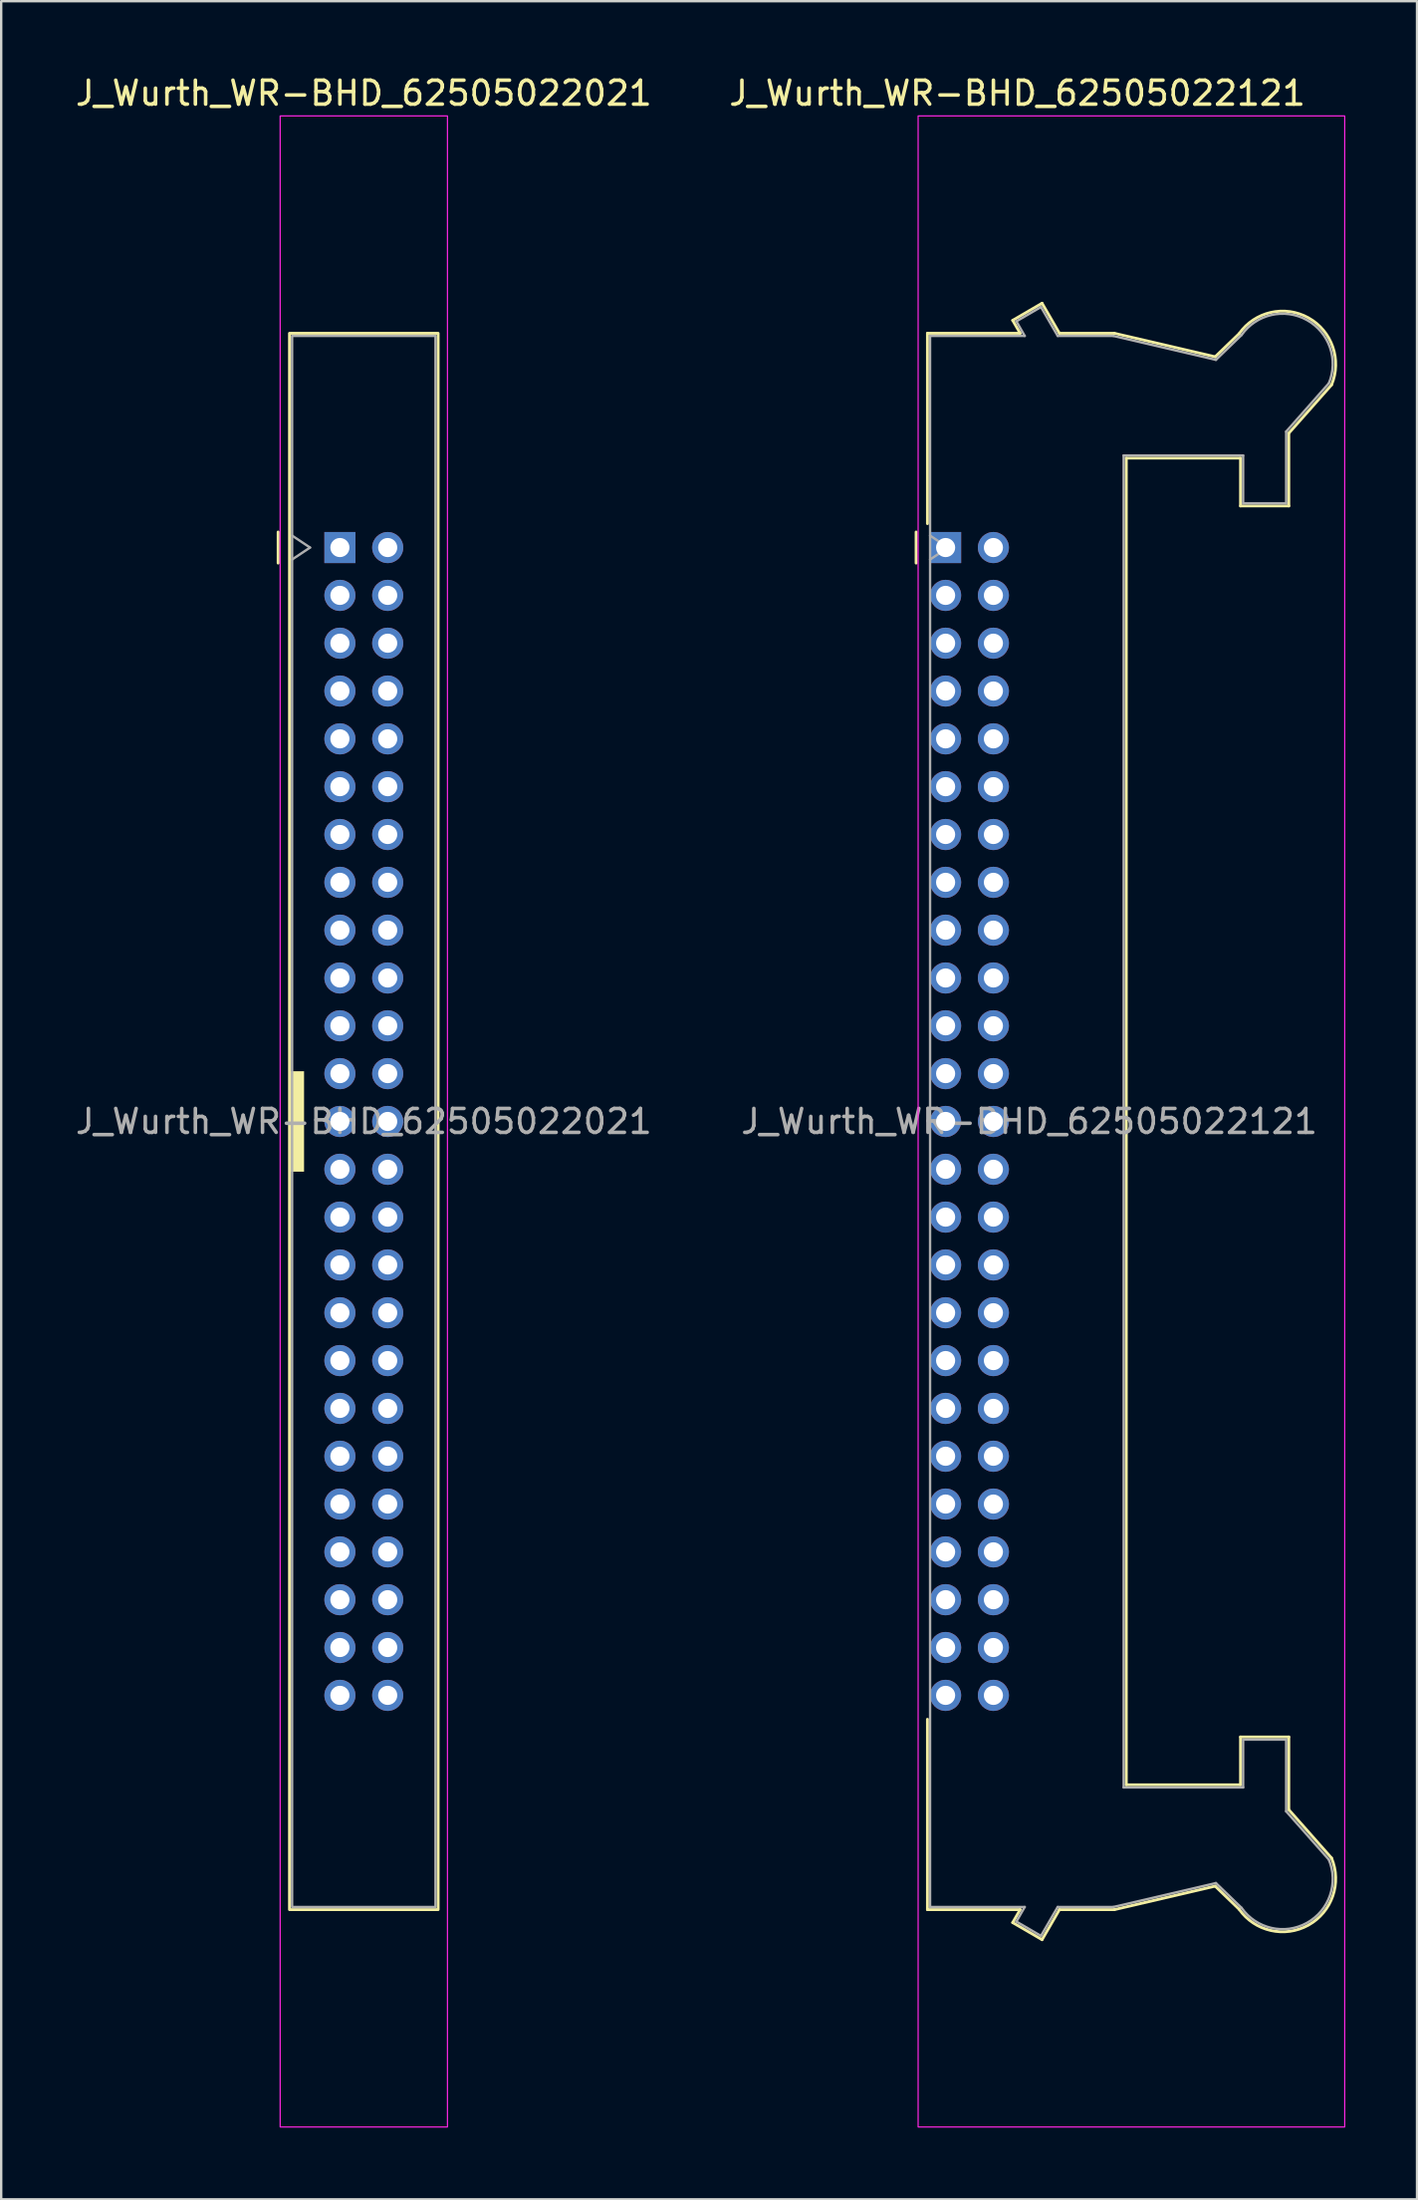
<source format=kicad_pcb>
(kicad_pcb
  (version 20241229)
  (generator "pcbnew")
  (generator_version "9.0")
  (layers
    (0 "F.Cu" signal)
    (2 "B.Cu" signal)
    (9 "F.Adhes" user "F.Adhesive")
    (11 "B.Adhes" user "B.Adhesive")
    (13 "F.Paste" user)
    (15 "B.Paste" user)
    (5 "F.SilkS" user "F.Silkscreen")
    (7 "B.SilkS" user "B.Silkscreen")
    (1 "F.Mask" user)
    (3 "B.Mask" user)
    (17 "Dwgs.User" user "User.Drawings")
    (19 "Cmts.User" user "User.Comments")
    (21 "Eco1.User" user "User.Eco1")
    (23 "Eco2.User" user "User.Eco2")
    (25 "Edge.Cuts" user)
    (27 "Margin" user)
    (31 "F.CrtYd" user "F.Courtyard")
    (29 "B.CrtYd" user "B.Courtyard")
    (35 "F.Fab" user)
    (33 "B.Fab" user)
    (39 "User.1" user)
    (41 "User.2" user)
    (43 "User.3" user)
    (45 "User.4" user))
  (footprint "J_Wurth_WR-BHD_62505022021"
    (layer "F.Cu")
    (at 11.173 19.848)
    (property "Reference" "J_Wurth_WR-BHD_62505022021" (at 1 -19 0) (unlocked yes) (layer "F.SilkS") (effects (font (size 1 1) (thickness 0.15))))
    (attr through_hole)
    (fp_line (start -2.585 -0.65) (end -2.585 0.65) (stroke (width 0.12) (type solid)) (layer "F.SilkS"))
    (fp_rect (start -2.11 -8.96) (end 4.11 56.96) (stroke (width 0.12) (type solid)) (fill no) (layer "F.SilkS"))
    (fp_rect (start -2.05 21.9) (end -1.5 26.1) (stroke (width 0) (type default)) (fill yes) (layer "F.SilkS"))
    (fp_rect (start -2.5 -18.05) (end 4.5 66.05) (stroke (width 0.05) (type solid)) (fill no) (layer "F.CrtYd"))
    (fp_line (start -1.25 0) (end -2 -0.5) (stroke (width 0.1) (type solid)) (layer "F.Fab"))
    (fp_line (start -1.25 0) (end -2 0.5) (stroke (width 0.1) (type solid)) (layer "F.Fab"))
    (fp_rect (start -2 -8.85) (end 4 56.85) (stroke (width 0.1) (type solid)) (fill no) (layer "F.Fab"))
    (fp_text user "${REFERENCE}" (at 1 24 0) (unlocked yes) (layer "F.Fab") (effects (font (size 1 1) (thickness 0.15))))
    (pad "1" thru_hole rect (at 0 0 270) (size 1.3 1.3) (drill 0.8) (layers "*.Cu" "*.Mask"))
    (pad "2" thru_hole circle (at 2 0 270) (size 1.3 1.3) (drill 0.8) (layers "*.Cu" "*.Mask"))
    (pad "3" thru_hole circle (at 0 2 270) (size 1.3 1.3) (drill 0.8) (layers "*.Cu" "*.Mask"))
    (pad "4" thru_hole circle (at 2 2 270) (size 1.3 1.3) (drill 0.8) (layers "*.Cu" "*.Mask"))
    (pad "5" thru_hole circle (at 0 4 270) (size 1.3 1.3) (drill 0.8) (layers "*.Cu" "*.Mask"))
    (pad "6" thru_hole circle (at 2 4 270) (size 1.3 1.3) (drill 0.8) (layers "*.Cu" "*.Mask"))
    (pad "7" thru_hole circle (at 0 6 270) (size 1.3 1.3) (drill 0.8) (layers "*.Cu" "*.Mask"))
    (pad "8" thru_hole circle (at 2 6 270) (size 1.3 1.3) (drill 0.8) (layers "*.Cu" "*.Mask"))
    (pad "9" thru_hole circle (at 0 8 270) (size 1.3 1.3) (drill 0.8) (layers "*.Cu" "*.Mask"))
    (pad "10" thru_hole circle (at 2 8 270) (size 1.3 1.3) (drill 0.8) (layers "*.Cu" "*.Mask"))
    (pad "11" thru_hole circle (at 0 10 270) (size 1.3 1.3) (drill 0.8) (layers "*.Cu" "*.Mask"))
    (pad "12" thru_hole circle (at 2 10 270) (size 1.3 1.3) (drill 0.8) (layers "*.Cu" "*.Mask"))
    (pad "13" thru_hole circle (at 0 12 270) (size 1.3 1.3) (drill 0.8) (layers "*.Cu" "*.Mask"))
    (pad "14" thru_hole circle (at 2 12 270) (size 1.3 1.3) (drill 0.8) (layers "*.Cu" "*.Mask"))
    (pad "15" thru_hole circle (at 0 14 270) (size 1.3 1.3) (drill 0.8) (layers "*.Cu" "*.Mask"))
    (pad "16" thru_hole circle (at 2 14 270) (size 1.3 1.3) (drill 0.8) (layers "*.Cu" "*.Mask"))
    (pad "17" thru_hole circle (at 0 16 270) (size 1.3 1.3) (drill 0.8) (layers "*.Cu" "*.Mask"))
    (pad "18" thru_hole circle (at 2 16 270) (size 1.3 1.3) (drill 0.8) (layers "*.Cu" "*.Mask"))
    (pad "19" thru_hole circle (at 0 18 270) (size 1.3 1.3) (drill 0.8) (layers "*.Cu" "*.Mask"))
    (pad "20" thru_hole circle (at 2 18 270) (size 1.3 1.3) (drill 0.8) (layers "*.Cu" "*.Mask"))
    (pad "21" thru_hole circle (at 0 20 270) (size 1.3 1.3) (drill 0.8) (layers "*.Cu" "*.Mask"))
    (pad "22" thru_hole circle (at 2 20 270) (size 1.3 1.3) (drill 0.8) (layers "*.Cu" "*.Mask"))
    (pad "23" thru_hole circle (at 0 22 270) (size 1.3 1.3) (drill 0.8) (layers "*.Cu" "*.Mask"))
    (pad "24" thru_hole circle (at 2 22 270) (size 1.3 1.3) (drill 0.8) (layers "*.Cu" "*.Mask"))
    (pad "25" thru_hole circle (at 0 24 270) (size 1.3 1.3) (drill 0.8) (layers "*.Cu" "*.Mask"))
    (pad "26" thru_hole circle (at 2 24 270) (size 1.3 1.3) (drill 0.8) (layers "*.Cu" "*.Mask"))
    (pad "27" thru_hole circle (at 0 26 270) (size 1.3 1.3) (drill 0.8) (layers "*.Cu" "*.Mask"))
    (pad "28" thru_hole circle (at 2 26 270) (size 1.3 1.3) (drill 0.8) (layers "*.Cu" "*.Mask"))
    (pad "29" thru_hole circle (at 0 28 270) (size 1.3 1.3) (drill 0.8) (layers "*.Cu" "*.Mask"))
    (pad "30" thru_hole circle (at 2 28 270) (size 1.3 1.3) (drill 0.8) (layers "*.Cu" "*.Mask"))
    (pad "31" thru_hole circle (at 0 30 270) (size 1.3 1.3) (drill 0.8) (layers "*.Cu" "*.Mask"))
    (pad "32" thru_hole circle (at 2 30 270) (size 1.3 1.3) (drill 0.8) (layers "*.Cu" "*.Mask"))
    (pad "33" thru_hole circle (at 0 32 270) (size 1.3 1.3) (drill 0.8) (layers "*.Cu" "*.Mask"))
    (pad "34" thru_hole circle (at 2 32 270) (size 1.3 1.3) (drill 0.8) (layers "*.Cu" "*.Mask"))
    (pad "35" thru_hole circle (at 0 34 270) (size 1.3 1.3) (drill 0.8) (layers "*.Cu" "*.Mask"))
    (pad "36" thru_hole circle (at 2 34 270) (size 1.3 1.3) (drill 0.8) (layers "*.Cu" "*.Mask"))
    (pad "37" thru_hole circle (at 0 36 270) (size 1.3 1.3) (drill 0.8) (layers "*.Cu" "*.Mask"))
    (pad "38" thru_hole circle (at 2 36 270) (size 1.3 1.3) (drill 0.8) (layers "*.Cu" "*.Mask"))
    (pad "39" thru_hole circle (at 0 38 270) (size 1.3 1.3) (drill 0.8) (layers "*.Cu" "*.Mask"))
    (pad "40" thru_hole circle (at 2 38 270) (size 1.3 1.3) (drill 0.8) (layers "*.Cu" "*.Mask"))
    (pad "41" thru_hole circle (at 0 40 270) (size 1.3 1.3) (drill 0.8) (layers "*.Cu" "*.Mask"))
    (pad "42" thru_hole circle (at 2 40 270) (size 1.3 1.3) (drill 0.8) (layers "*.Cu" "*.Mask"))
    (pad "43" thru_hole circle (at 0 42 270) (size 1.3 1.3) (drill 0.8) (layers "*.Cu" "*.Mask"))
    (pad "44" thru_hole circle (at 2 42 270) (size 1.3 1.3) (drill 0.8) (layers "*.Cu" "*.Mask"))
    (pad "45" thru_hole circle (at 0 44 270) (size 1.3 1.3) (drill 0.8) (layers "*.Cu" "*.Mask"))
    (pad "46" thru_hole circle (at 2 44 270) (size 1.3 1.3) (drill 0.8) (layers "*.Cu" "*.Mask"))
    (pad "47" thru_hole circle (at 0 46 270) (size 1.3 1.3) (drill 0.8) (layers "*.Cu" "*.Mask"))
    (pad "48" thru_hole circle (at 2 46 270) (size 1.3 1.3) (drill 0.8) (layers "*.Cu" "*.Mask"))
    (pad "49" thru_hole circle (at 0 48 270) (size 1.3 1.3) (drill 0.8) (layers "*.Cu" "*.Mask"))
    (pad "50" thru_hole circle (at 2 48 270) (size 1.3 1.3) (drill 0.8) (layers "*.Cu" "*.Mask")))
  (footprint "J_Wurth_WR-BHD_62505022121"
    (layer "F.Cu")
    (at 36.518 19.848)
    (property "Reference" "J_Wurth_WR-BHD_62505022121" (at 3 -19 0) (unlocked yes) (layer "F.SilkS") (effects (font (size 1 1) (thickness 0.15))))
    (attr through_hole)
    (fp_line (start -1.235 -0.65) (end -1.235 0.65) (stroke (width 0.12) (type solid)) (layer "F.SilkS"))
    (fp_line (start -0.76 -8.96) (end 3.12 -8.96) (stroke (width 0.12) (type solid)) (layer "F.SilkS"))
    (fp_line (start -0.76 -1) (end -0.76 -8.96) (stroke (width 0.12) (type solid)) (layer "F.SilkS"))
    (fp_line (start -0.76 56.96) (end -0.76 49) (stroke (width 0.12) (type solid)) (layer "F.SilkS"))
    (fp_line (start -0.76 56.96) (end 3.12 56.96) (stroke (width 0.12) (type solid)) (layer "F.SilkS"))
    (fp_line (start 2.808 -9.502) (end 4.035 -10.216) (stroke (width 0.12) (type solid)) (layer "F.SilkS"))
    (fp_line (start 2.808 57.502) (end 4.035 58.216) (stroke (width 0.12) (type solid)) (layer "F.SilkS"))
    (fp_line (start 3.12 -8.96) (end 2.808 -9.502) (stroke (width 0.12) (type solid)) (layer "F.SilkS"))
    (fp_line (start 3.12 56.96) (end 2.808 57.502) (stroke (width 0.12) (type solid)) (layer "F.SilkS"))
    (fp_line (start 4.035 -10.216) (end 4.762 -8.96) (stroke (width 0.12) (type solid)) (layer "F.SilkS"))
    (fp_line (start 4.035 58.216) (end 4.762 56.96) (stroke (width 0.12) (type solid)) (layer "F.SilkS"))
    (fp_line (start 4.762 -8.96) (end 7.062 -8.96) (stroke (width 0.12) (type solid)) (layer "F.SilkS"))
    (fp_line (start 4.762 56.96) (end 7.062 56.96) (stroke (width 0.12) (type solid)) (layer "F.SilkS"))
    (fp_line (start 7.062 -8.96) (end 11.279 -7.977) (stroke (width 0.12) (type solid)) (layer "F.SilkS"))
    (fp_line (start 7.062 56.96) (end 11.279 55.977) (stroke (width 0.12) (type solid)) (layer "F.SilkS"))
    (fp_line (start 7.56 51.74) (end 7.56 -3.74) (stroke (width 0.12) (type solid)) (layer "F.SilkS"))
    (fp_line (start 11.279 -7.977) (end 12.285 -8.947) (stroke (width 0.12) (type solid)) (layer "F.SilkS"))
    (fp_line (start 11.279 55.977) (end 12.285 56.947) (stroke (width 0.12) (type solid)) (layer "F.SilkS"))
    (fp_line (start 12.34 -3.74) (end 7.56 -3.74) (stroke (width 0.12) (type solid)) (layer "F.SilkS"))
    (fp_line (start 12.34 -1.74) (end 12.34 -3.74) (stroke (width 0.12) (type solid)) (layer "F.SilkS"))
    (fp_line (start 12.34 49.74) (end 12.34 51.74) (stroke (width 0.12) (type solid)) (layer "F.SilkS"))
    (fp_line (start 12.34 51.74) (end 7.56 51.74) (stroke (width 0.12) (type solid)) (layer "F.SilkS"))
    (fp_line (start 14.36 -4.782) (end 14.36 -1.74) (stroke (width 0.12) (type solid)) (layer "F.SilkS"))
    (fp_line (start 14.36 -1.74) (end 12.34 -1.74) (stroke (width 0.12) (type solid)) (layer "F.SilkS"))
    (fp_line (start 14.36 49.74) (end 12.34 49.74) (stroke (width 0.12) (type solid)) (layer "F.SilkS"))
    (fp_line (start 14.36 52.782) (end 14.36 49.74) (stroke (width 0.12) (type solid)) (layer "F.SilkS"))
    (fp_line (start 16.148 -6.803) (end 14.362 -4.785) (stroke (width 0.12) (type solid)) (layer "F.SilkS"))
    (fp_line (start 16.148 54.803) (end 14.362 52.785) (stroke (width 0.12) (type solid)) (layer "F.SilkS"))
    (fp_arc (start 12.284536 -8.946538) (mid 15.178015 -9.608271) (end 16.148123 -6.803098) (stroke (width 0.12) (type solid)) (layer "F.SilkS"))
    (fp_arc (start 16.148123 54.803098) (mid 15.178016 57.608273) (end 12.284536 56.946538) (stroke (width 0.12) (type solid)) (layer "F.SilkS"))
    (fp_rect (start -1.15 -18.05) (end 16.7 66.05) (stroke (width 0.05) (type solid)) (fill no) (layer "F.CrtYd"))
    (fp_line (start -0.65 -8.85) (end 3.311 -8.85) (stroke (width 0.1) (type solid)) (layer "F.Fab"))
    (fp_line (start -0.65 56.85) (end -0.65 -8.85) (stroke (width 0.1) (type solid)) (layer "F.Fab"))
    (fp_line (start -0.65 56.85) (end 3.311 56.85) (stroke (width 0.1) (type solid)) (layer "F.Fab"))
    (fp_line (start 0.1 0) (end -0.65 -0.5) (stroke (width 0.1) (type solid)) (layer "F.Fab"))
    (fp_line (start 0.1 0) (end -0.65 0.5) (stroke (width 0.1) (type solid)) (layer "F.Fab"))
    (fp_line (start 2.96 -9.46) (end 3.99 -10.06) (stroke (width 0.1) (type solid)) (layer "F.Fab"))
    (fp_line (start 2.96 57.46) (end 3.99 58.06) (stroke (width 0.1) (type solid)) (layer "F.Fab"))
    (fp_line (start 3.311 -8.85) (end 2.96 -9.46) (stroke (width 0.1) (type solid)) (layer "F.Fab"))
    (fp_line (start 3.311 56.85) (end 2.96 57.46) (stroke (width 0.1) (type solid)) (layer "F.Fab"))
    (fp_line (start 3.99 -10.06) (end 4.69 -8.85) (stroke (width 0.1) (type solid)) (layer "F.Fab"))
    (fp_line (start 3.99 58.06) (end 4.69 56.85) (stroke (width 0.1) (type solid)) (layer "F.Fab"))
    (fp_line (start 4.69 -8.85) (end 7.02 -8.85) (stroke (width 0.1) (type solid)) (layer "F.Fab"))
    (fp_line (start 4.69 56.85) (end 7.02 56.85) (stroke (width 0.1) (type solid)) (layer "F.Fab"))
    (fp_line (start 7.02 -8.85) (end 11.31 -7.85) (stroke (width 0.1) (type solid)) (layer "F.Fab"))
    (fp_line (start 7.02 56.85) (end 11.31 55.85) (stroke (width 0.1) (type solid)) (layer "F.Fab"))
    (fp_line (start 7.45 51.85) (end 7.45 -3.85) (stroke (width 0.1) (type solid)) (layer "F.Fab"))
    (fp_line (start 11.31 -7.85) (end 12.386 -8.89) (stroke (width 0.1) (type solid)) (layer "F.Fab"))
    (fp_line (start 11.31 55.85) (end 12.387 56.89) (stroke (width 0.1) (type solid)) (layer "F.Fab"))
    (fp_line (start 12.45 -3.85) (end 7.45 -3.85) (stroke (width 0.1) (type solid)) (layer "F.Fab"))
    (fp_line (start 12.45 -1.85) (end 12.45 -3.85) (stroke (width 0.1) (type solid)) (layer "F.Fab"))
    (fp_line (start 12.45 49.85) (end 12.45 51.85) (stroke (width 0.1) (type solid)) (layer "F.Fab"))
    (fp_line (start 12.45 51.85) (end 7.45 51.85) (stroke (width 0.1) (type solid)) (layer "F.Fab"))
    (fp_line (start 14.25 -4.85) (end 14.25 -1.85) (stroke (width 0.1) (type solid)) (layer "F.Fab"))
    (fp_line (start 14.25 -1.85) (end 12.45 -1.85) (stroke (width 0.1) (type solid)) (layer "F.Fab"))
    (fp_line (start 14.25 49.85) (end 12.45 49.85) (stroke (width 0.1) (type solid)) (layer "F.Fab"))
    (fp_line (start 14.25 52.85) (end 14.25 49.85) (stroke (width 0.1) (type solid)) (layer "F.Fab"))
    (fp_line (start 16.034 54.866) (end 14.25 52.85) (stroke (width 0.1) (type solid)) (layer "F.Fab"))
    (fp_line (start 16.034 -6.866) (end 14.25 -4.85) (stroke (width 0.1) (type solid)) (layer "F.Fab"))
    (fp_arc (start 12.385693 -8.89) (mid 15.117944 -9.514867) (end 16.033999 -6.866) (stroke (width 0.1) (type solid)) (layer "F.Fab"))
    (fp_arc (start 16.033999 54.866) (mid 15.117944 57.514867) (end 12.385693 56.89) (stroke (width 0.1) (type solid)) (layer "F.Fab"))
    (fp_text user "${REFERENCE}" (at 3.5 24 0) (unlocked yes) (layer "F.Fab") (effects (font (size 1 1) (thickness 0.15))))
    (pad "1" thru_hole rect (at 0 0 270) (size 1.3 1.3) (drill 0.8) (layers "*.Cu" "*.Mask"))
    (pad "2" thru_hole circle (at 2 0 270) (size 1.3 1.3) (drill 0.8) (layers "*.Cu" "*.Mask"))
    (pad "3" thru_hole circle (at 0 2 270) (size 1.3 1.3) (drill 0.8) (layers "*.Cu" "*.Mask"))
    (pad "4" thru_hole circle (at 2 2 270) (size 1.3 1.3) (drill 0.8) (layers "*.Cu" "*.Mask"))
    (pad "5" thru_hole circle (at 0 4 270) (size 1.3 1.3) (drill 0.8) (layers "*.Cu" "*.Mask"))
    (pad "6" thru_hole circle (at 2 4 270) (size 1.3 1.3) (drill 0.8) (layers "*.Cu" "*.Mask"))
    (pad "7" thru_hole circle (at 0 6 270) (size 1.3 1.3) (drill 0.8) (layers "*.Cu" "*.Mask"))
    (pad "8" thru_hole circle (at 2 6 270) (size 1.3 1.3) (drill 0.8) (layers "*.Cu" "*.Mask"))
    (pad "9" thru_hole circle (at 0 8 270) (size 1.3 1.3) (drill 0.8) (layers "*.Cu" "*.Mask"))
    (pad "10" thru_hole circle (at 2 8 270) (size 1.3 1.3) (drill 0.8) (layers "*.Cu" "*.Mask"))
    (pad "11" thru_hole circle (at 0 10 270) (size 1.3 1.3) (drill 0.8) (layers "*.Cu" "*.Mask"))
    (pad "12" thru_hole circle (at 2 10 270) (size 1.3 1.3) (drill 0.8) (layers "*.Cu" "*.Mask"))
    (pad "13" thru_hole circle (at 0 12 270) (size 1.3 1.3) (drill 0.8) (layers "*.Cu" "*.Mask"))
    (pad "14" thru_hole circle (at 2 12 270) (size 1.3 1.3) (drill 0.8) (layers "*.Cu" "*.Mask"))
    (pad "15" thru_hole circle (at 0 14 270) (size 1.3 1.3) (drill 0.8) (layers "*.Cu" "*.Mask"))
    (pad "16" thru_hole circle (at 2 14 270) (size 1.3 1.3) (drill 0.8) (layers "*.Cu" "*.Mask"))
    (pad "17" thru_hole circle (at 0 16 270) (size 1.3 1.3) (drill 0.8) (layers "*.Cu" "*.Mask"))
    (pad "18" thru_hole circle (at 2 16 270) (size 1.3 1.3) (drill 0.8) (layers "*.Cu" "*.Mask"))
    (pad "19" thru_hole circle (at 0 18 270) (size 1.3 1.3) (drill 0.8) (layers "*.Cu" "*.Mask"))
    (pad "20" thru_hole circle (at 2 18 270) (size 1.3 1.3) (drill 0.8) (layers "*.Cu" "*.Mask"))
    (pad "21" thru_hole circle (at 0 20 270) (size 1.3 1.3) (drill 0.8) (layers "*.Cu" "*.Mask"))
    (pad "22" thru_hole circle (at 2 20 270) (size 1.3 1.3) (drill 0.8) (layers "*.Cu" "*.Mask"))
    (pad "23" thru_hole circle (at 0 22 270) (size 1.3 1.3) (drill 0.8) (layers "*.Cu" "*.Mask"))
    (pad "24" thru_hole circle (at 2 22 270) (size 1.3 1.3) (drill 0.8) (layers "*.Cu" "*.Mask"))
    (pad "25" thru_hole circle (at 0 24 270) (size 1.3 1.3) (drill 0.8) (layers "*.Cu" "*.Mask"))
    (pad "26" thru_hole circle (at 2 24 270) (size 1.3 1.3) (drill 0.8) (layers "*.Cu" "*.Mask"))
    (pad "27" thru_hole circle (at 0 26 270) (size 1.3 1.3) (drill 0.8) (layers "*.Cu" "*.Mask"))
    (pad "28" thru_hole circle (at 2 26 270) (size 1.3 1.3) (drill 0.8) (layers "*.Cu" "*.Mask"))
    (pad "29" thru_hole circle (at 0 28 270) (size 1.3 1.3) (drill 0.8) (layers "*.Cu" "*.Mask"))
    (pad "30" thru_hole circle (at 2 28 270) (size 1.3 1.3) (drill 0.8) (layers "*.Cu" "*.Mask"))
    (pad "31" thru_hole circle (at 0 30 270) (size 1.3 1.3) (drill 0.8) (layers "*.Cu" "*.Mask"))
    (pad "32" thru_hole circle (at 2 30 270) (size 1.3 1.3) (drill 0.8) (layers "*.Cu" "*.Mask"))
    (pad "33" thru_hole circle (at 0 32 270) (size 1.3 1.3) (drill 0.8) (layers "*.Cu" "*.Mask"))
    (pad "34" thru_hole circle (at 2 32 270) (size 1.3 1.3) (drill 0.8) (layers "*.Cu" "*.Mask"))
    (pad "35" thru_hole circle (at 0 34 270) (size 1.3 1.3) (drill 0.8) (layers "*.Cu" "*.Mask"))
    (pad "36" thru_hole circle (at 2 34 270) (size 1.3 1.3) (drill 0.8) (layers "*.Cu" "*.Mask"))
    (pad "37" thru_hole circle (at 0 36 270) (size 1.3 1.3) (drill 0.8) (layers "*.Cu" "*.Mask"))
    (pad "38" thru_hole circle (at 2 36 270) (size 1.3 1.3) (drill 0.8) (layers "*.Cu" "*.Mask"))
    (pad "39" thru_hole circle (at 0 38 270) (size 1.3 1.3) (drill 0.8) (layers "*.Cu" "*.Mask"))
    (pad "40" thru_hole circle (at 2 38 270) (size 1.3 1.3) (drill 0.8) (layers "*.Cu" "*.Mask"))
    (pad "41" thru_hole circle (at 0 40 270) (size 1.3 1.3) (drill 0.8) (layers "*.Cu" "*.Mask"))
    (pad "42" thru_hole circle (at 2 40 270) (size 1.3 1.3) (drill 0.8) (layers "*.Cu" "*.Mask"))
    (pad "43" thru_hole circle (at 0 42 270) (size 1.3 1.3) (drill 0.8) (layers "*.Cu" "*.Mask"))
    (pad "44" thru_hole circle (at 2 42 270) (size 1.3 1.3) (drill 0.8) (layers "*.Cu" "*.Mask"))
    (pad "45" thru_hole circle (at 0 44 270) (size 1.3 1.3) (drill 0.8) (layers "*.Cu" "*.Mask"))
    (pad "46" thru_hole circle (at 2 44 270) (size 1.3 1.3) (drill 0.8) (layers "*.Cu" "*.Mask"))
    (pad "47" thru_hole circle (at 0 46 270) (size 1.3 1.3) (drill 0.8) (layers "*.Cu" "*.Mask"))
    (pad "48" thru_hole circle (at 2 46 270) (size 1.3 1.3) (drill 0.8) (layers "*.Cu" "*.Mask"))
    (pad "49" thru_hole circle (at 0 48 270) (size 1.3 1.3) (drill 0.8) (layers "*.Cu" "*.Mask"))
    (pad "50" thru_hole circle (at 2 48 270) (size 1.3 1.3) (drill 0.8) (layers "*.Cu" "*.Mask")))
  (gr_rect
    (start -3 -3)
    (end 56.243 88.923)
    (stroke (width 0.1) (type default))
    (fill no)
    (layer "Edge.Cuts")))
</source>
